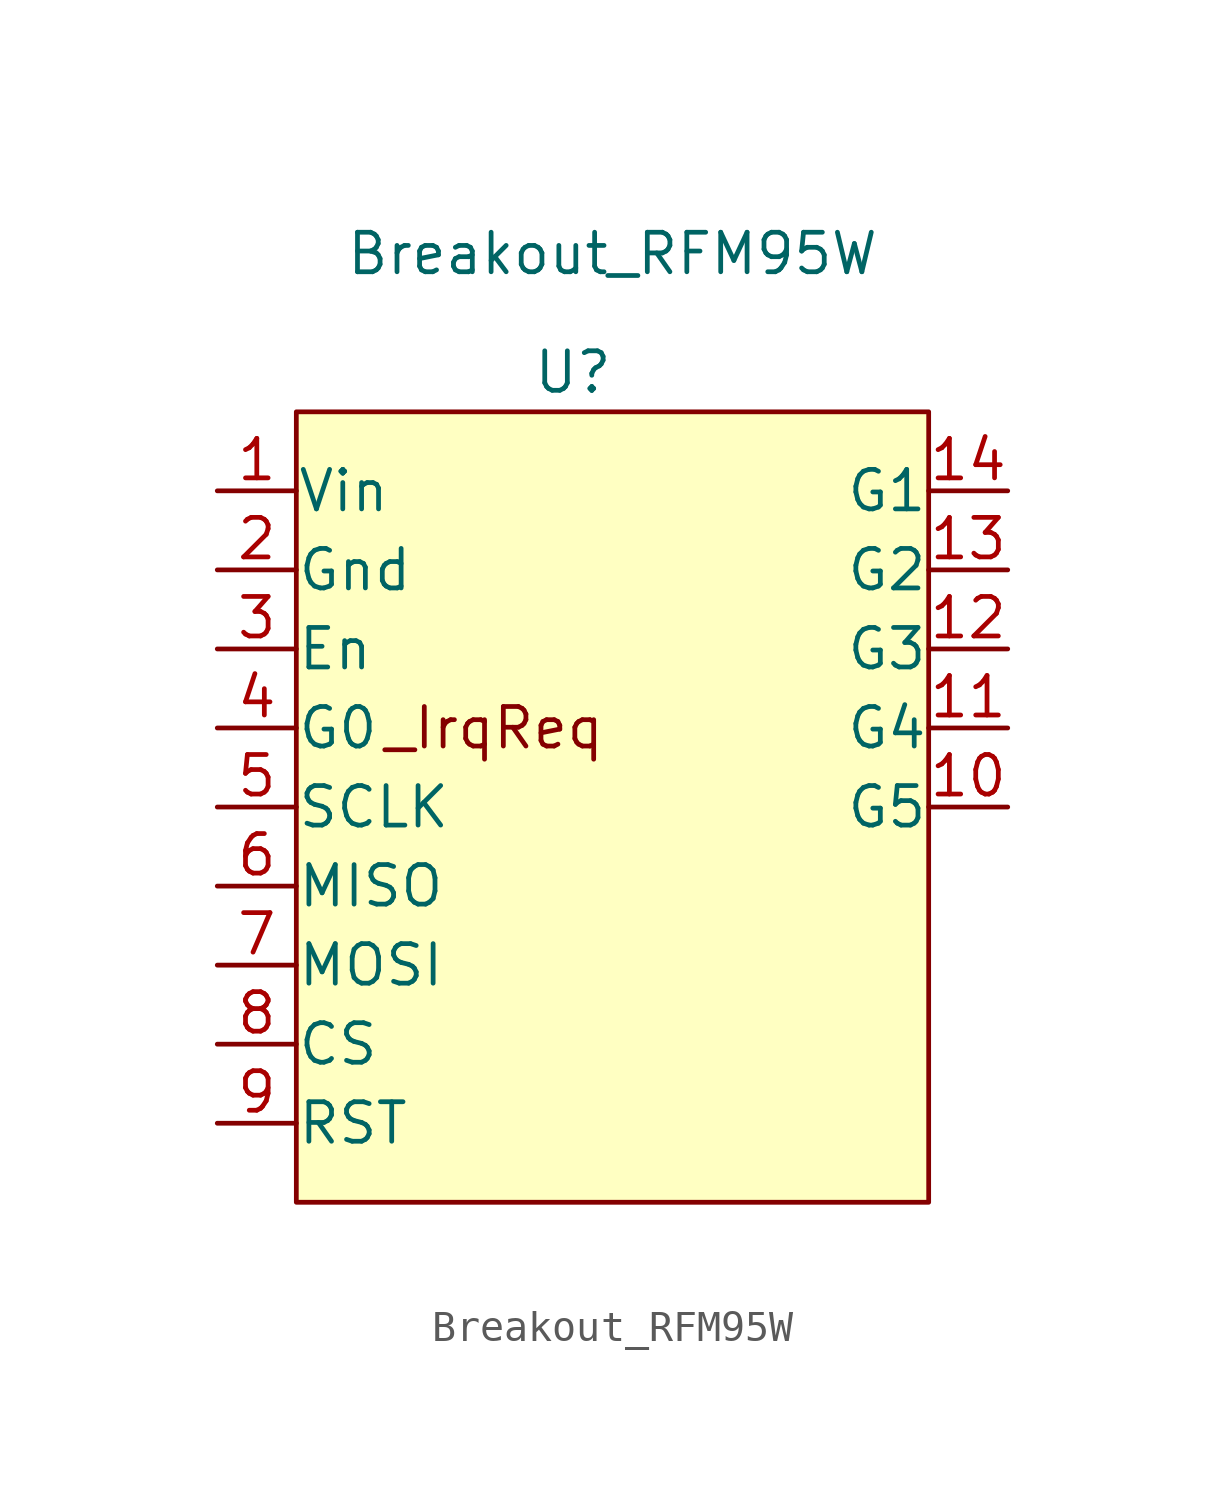
<source format=kicad_sym>
(kicad_symbol_lib
  (version 20211014)
  (generator kicad_symbol_editor)
  (symbol "Breakout_RFM95W"
    (pin_names
      (offset 0.002))
    (property "Reference" "U"
      (at -1.27 3.81 0)
      (effects (font (size 1.27 1.27))))
    (property "Value" "Breakout_RFM95W"
      (at 0 7.62 0)
      (effects (font (size 1.27 1.27))))
    (symbol "Breakout_RFM95W_0_0"
      (text "_IrqReq" (at -3.81 -7.62 0) (effects (font (size 1.27 1.27))))
      (pin power_in line (at -12.7 0 0) (length 2.54) (name "Vin" (effects (font (size 1.27 1.27)))) (number "1" (effects (font (size 1.27 1.27)))))
      (pin input line (at 12.7 -10.16 180) (length 2.54) (name "G5" (effects (font (size 1.27 1.27)))) (number "10" (effects (font (size 1.27 1.27)))))
      (pin input line (at 12.7 -7.62 180) (length 2.54) (name "G4" (effects (font (size 1.27 1.27)))) (number "11" (effects (font (size 1.27 1.27)))))
      (pin input line (at 12.7 -5.08 180) (length 2.54) (name "G3" (effects (font (size 1.27 1.27)))) (number "12" (effects (font (size 1.27 1.27)))))
      (pin input line (at 12.7 -2.54 180) (length 2.54) (name "G2" (effects (font (size 1.27 1.27)))) (number "13" (effects (font (size 1.27 1.27)))))
      (pin input line (at 12.7 0 180) (length 2.54) (name "G1" (effects (font (size 1.27 1.27)))) (number "14" (effects (font (size 1.27 1.27)))))
      (pin power_in line (at -12.7 -2.54 0) (length 2.54) (name "Gnd" (effects (font (size 1.27 1.27)))) (number "2" (effects (font (size 1.27 1.27)))))
      (pin input line (at -12.7 -5.08 0) (length 2.54) (name "En" (effects (font (size 1.27 1.27)))) (number "3" (effects (font (size 1.27 1.27)))))
      (pin output line (at -12.7 -7.62 0) (length 2.54) (name "G0" (effects (font (size 1.27 1.27)))) (number "4" (effects (font (size 1.27 1.27)))))
      (pin input line (at -12.7 -10.16 0) (length 2.54) (name "SCLK" (effects (font (size 1.27 1.27)))) (number "5" (effects (font (size 1.27 1.27)))))
      (pin output line (at -12.7 -12.7 0) (length 2.54) (name "MISO" (effects (font (size 1.27 1.27)))) (number "6" (effects (font (size 1.27 1.27)))))
      (pin input line (at -12.7 -15.24 0) (length 2.54) (name "MOSI" (effects (font (size 1.27 1.27)))) (number "7" (effects (font (size 1.27 1.27)))))
      (pin input line (at -12.7 -17.78 0) (length 2.54) (name "CS" (effects (font (size 1.27 1.27)))) (number "8" (effects (font (size 1.27 1.27)))))
      (pin input line (at -12.7 -20.32 0) (length 2.54) (name "RST" (effects (font (size 1.27 1.27)))) (number "9" (effects (font (size 1.27 1.27))))))
    (symbol "Breakout_RFM95W_0_1"
      (rectangle (start -10.16 2.54) (end 10.16 -22.86) (stroke (width 0) (type default) (color 0 0 0 0)) (fill (type background))))))
</source>
